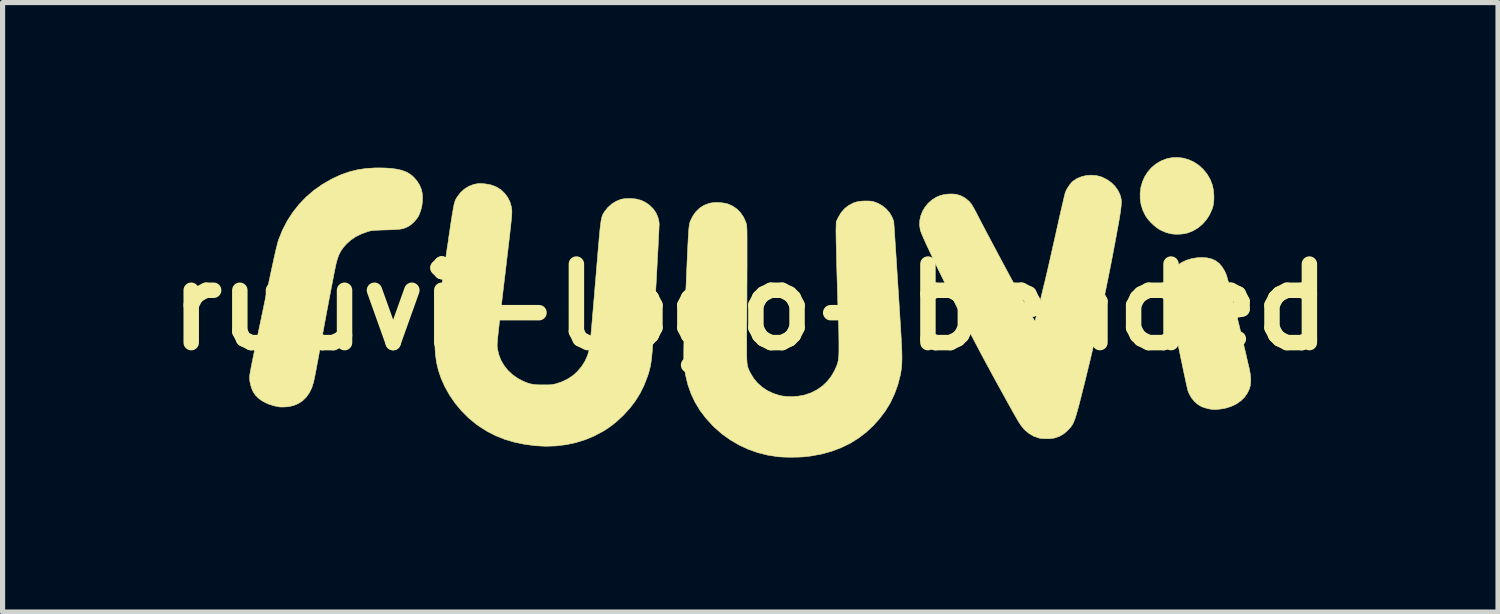
<source format=kicad_pcb>
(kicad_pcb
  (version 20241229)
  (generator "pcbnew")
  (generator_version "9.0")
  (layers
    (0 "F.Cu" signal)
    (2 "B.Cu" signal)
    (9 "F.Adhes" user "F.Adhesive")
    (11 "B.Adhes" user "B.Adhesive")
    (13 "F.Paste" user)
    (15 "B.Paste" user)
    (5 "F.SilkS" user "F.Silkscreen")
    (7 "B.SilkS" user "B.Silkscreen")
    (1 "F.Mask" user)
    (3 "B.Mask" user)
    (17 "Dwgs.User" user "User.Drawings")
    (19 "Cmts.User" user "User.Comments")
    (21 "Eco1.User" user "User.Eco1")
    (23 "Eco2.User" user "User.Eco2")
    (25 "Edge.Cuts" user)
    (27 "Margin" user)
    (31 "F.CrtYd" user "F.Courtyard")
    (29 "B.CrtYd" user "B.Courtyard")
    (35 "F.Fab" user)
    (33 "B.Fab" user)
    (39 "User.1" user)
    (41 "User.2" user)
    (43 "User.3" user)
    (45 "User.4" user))
  (footprint "ruuvi-logo-bended"
    (layer "F.Cu")
    (at 11.51 2.909)
    (property "Reference" "ruuvi-logo-bended" (at 0 0 0) (layer "F.SilkS") (effects (font (size 1.524 1.524) (thickness 0.3))))
    (attr through_hole)
    (fp_poly (pts (xy 8.402 -2.891) (xy 8.507 -2.861) (xy 8.607 -2.815) (xy 8.701 -2.753) (xy 8.786 -2.676) (xy 8.861 -2.584) (xy 8.871 -2.569) (xy 8.926 -2.473) (xy 8.965 -2.374) (xy 8.988 -2.268) (xy 8.997 -2.153) (xy 8.996 -2.1) (xy 8.993 -2.043) (xy 8.988 -1.999) (xy 8.979 -1.959) (xy 8.967 -1.917) (xy 8.962 -1.903) (xy 8.915 -1.796) (xy 8.854 -1.7) (xy 8.779 -1.614) (xy 8.693 -1.541) (xy 8.598 -1.483) (xy 8.495 -1.441) (xy 8.468 -1.434) (xy 8.408 -1.422) (xy 8.339 -1.415) (xy 8.268 -1.413) (xy 8.203 -1.417) (xy 8.162 -1.423) (xy 8.101 -1.438) (xy 8.046 -1.456) (xy 7.99 -1.481) (xy 7.945 -1.503) (xy 7.891 -1.538) (xy 7.833 -1.585) (xy 7.775 -1.64) (xy 7.722 -1.698) (xy 7.68 -1.756) (xy 7.669 -1.773) (xy 7.617 -1.879) (xy 7.583 -1.989) (xy 7.566 -2.101) (xy 7.565 -2.212) (xy 7.579 -2.322) (xy 7.609 -2.428) (xy 7.653 -2.528) (xy 7.712 -2.621) (xy 7.784 -2.704) (xy 7.869 -2.776) (xy 7.967 -2.834) (xy 7.973 -2.837) (xy 8.078 -2.878) (xy 8.186 -2.9) (xy 8.295 -2.904) (xy 8.402 -2.891)) (stroke (width 0.01) (type solid)) (fill yes) (layer "F.SilkS"))
    (fp_poly (pts (xy 8.864 -0.955) (xy 8.953 -0.934) (xy 9.031 -0.899) (xy 9.098 -0.848) (xy 9.156 -0.78) (xy 9.207 -0.695) (xy 9.232 -0.639) (xy 9.243 -0.609) (xy 9.257 -0.561) (xy 9.276 -0.494) (xy 9.298 -0.409) (xy 9.324 -0.308) (xy 9.354 -0.189) (xy 9.387 -0.054) (xy 9.424 0.098) (xy 9.464 0.265) (xy 9.508 0.447) (xy 9.554 0.644) (xy 9.604 0.856) (xy 9.656 1.081) (xy 9.684 1.2) (xy 9.705 1.316) (xy 9.712 1.42) (xy 9.705 1.512) (xy 9.689 1.577) (xy 9.648 1.667) (xy 9.591 1.749) (xy 9.518 1.82) (xy 9.432 1.88) (xy 9.333 1.927) (xy 9.238 1.958) (xy 9.174 1.971) (xy 9.106 1.981) (xy 9.041 1.987) (xy 8.984 1.988) (xy 8.959 1.985) (xy 8.893 1.974) (xy 8.826 1.956) (xy 8.767 1.936) (xy 8.749 1.928) (xy 8.681 1.886) (xy 8.617 1.829) (xy 8.561 1.76) (xy 8.517 1.683) (xy 8.494 1.628) (xy 8.488 1.606) (xy 8.479 1.567) (xy 8.466 1.512) (xy 8.451 1.444) (xy 8.434 1.362) (xy 8.414 1.271) (xy 8.393 1.17) (xy 8.37 1.061) (xy 8.346 0.947) (xy 8.322 0.829) (xy 8.297 0.709) (xy 8.272 0.587) (xy 8.248 0.467) (xy 8.224 0.35) (xy 8.201 0.236) (xy 8.18 0.129) (xy 8.16 0.029) (xy 8.142 -0.062) (xy 8.127 -0.141) (xy 8.115 -0.208) (xy 8.105 -0.261) (xy 8.099 -0.297) (xy 8.099 -0.299) (xy 8.092 -0.353) (xy 8.088 -0.395) (xy 8.088 -0.43) (xy 8.092 -0.465) (xy 8.094 -0.479) (xy 8.119 -0.576) (xy 8.161 -0.664) (xy 8.218 -0.742) (xy 8.288 -0.81) (xy 8.372 -0.867) (xy 8.467 -0.911) (xy 8.573 -0.942) (xy 8.687 -0.959) (xy 8.762 -0.962) (xy 8.864 -0.955)) (stroke (width 0.01) (type solid)) (fill yes) (layer "F.SilkS"))
    (fp_poly (pts (xy -7.087 -2.699) (xy -6.969 -2.691) (xy -6.866 -2.677) (xy -6.776 -2.657) (xy -6.698 -2.631) (xy -6.63 -2.597) (xy -6.57 -2.555) (xy -6.529 -2.518) (xy -6.467 -2.446) (xy -6.419 -2.369) (xy -6.383 -2.283) (xy -6.368 -2.219) (xy -6.361 -2.142) (xy -6.362 -2.06) (xy -6.371 -1.978) (xy -6.388 -1.901) (xy -6.389 -1.9) (xy -6.403 -1.854) (xy -6.42 -1.809) (xy -6.436 -1.773) (xy -6.44 -1.764) (xy -6.473 -1.714) (xy -6.517 -1.662) (xy -6.566 -1.615) (xy -6.615 -1.578) (xy -6.634 -1.567) (xy -6.668 -1.55) (xy -6.699 -1.536) (xy -6.732 -1.525) (xy -6.768 -1.517) (xy -6.811 -1.51) (xy -6.863 -1.506) (xy -6.927 -1.502) (xy -7.005 -1.499) (xy -7.074 -1.497) (xy -7.154 -1.495) (xy -7.218 -1.492) (xy -7.269 -1.49) (xy -7.308 -1.487) (xy -7.34 -1.484) (xy -7.366 -1.48) (xy -7.39 -1.474) (xy -7.416 -1.467) (xy -7.424 -1.465) (xy -7.547 -1.42) (xy -7.656 -1.367) (xy -7.751 -1.302) (xy -7.832 -1.23) (xy -7.894 -1.161) (xy -7.944 -1.09) (xy -7.984 -1.013) (xy -8.015 -0.927) (xy -8.042 -0.826) (xy -8.045 -0.811) (xy -8.055 -0.761) (xy -8.069 -0.694) (xy -8.085 -0.613) (xy -8.103 -0.518) (xy -8.123 -0.413) (xy -8.145 -0.3) (xy -8.168 -0.181) (xy -8.191 -0.057) (xy -8.215 0.068) (xy -8.238 0.193) (xy -8.261 0.315) (xy -8.282 0.433) (xy -8.303 0.544) (xy -8.321 0.646) (xy -8.327 0.675) (xy -8.353 0.821) (xy -8.376 0.948) (xy -8.397 1.06) (xy -8.415 1.156) (xy -8.43 1.239) (xy -8.444 1.309) (xy -8.456 1.369) (xy -8.467 1.419) (xy -8.474 1.453) (xy -8.508 1.564) (xy -8.556 1.662) (xy -8.616 1.747) (xy -8.687 1.817) (xy -8.77 1.872) (xy -8.864 1.911) (xy -8.967 1.933) (xy -9.027 1.938) (xy -9.069 1.939) (xy -9.107 1.939) (xy -9.134 1.938) (xy -9.139 1.937) (xy -9.253 1.914) (xy -9.358 1.879) (xy -9.451 1.834) (xy -9.531 1.78) (xy -9.597 1.717) (xy -9.646 1.646) (xy -9.647 1.644) (xy -9.674 1.583) (xy -9.696 1.513) (xy -9.711 1.443) (xy -9.717 1.381) (xy -9.717 1.378) (xy -9.717 1.366) (xy -9.716 1.353) (xy -9.715 1.338) (xy -9.713 1.32) (xy -9.71 1.298) (xy -9.705 1.271) (xy -9.699 1.238) (xy -9.692 1.197) (xy -9.682 1.148) (xy -9.671 1.089) (xy -9.657 1.019) (xy -9.64 0.938) (xy -9.621 0.844) (xy -9.598 0.736) (xy -9.573 0.613) (xy -9.544 0.474) (xy -9.511 0.317) (xy -9.487 0.204) (xy -9.445 0.003) (xy -9.407 -0.181) (xy -9.372 -0.347) (xy -9.34 -0.496) (xy -9.312 -0.63) (xy -9.286 -0.749) (xy -9.263 -0.855) (xy -9.243 -0.947) (xy -9.225 -1.027) (xy -9.209 -1.096) (xy -9.195 -1.154) (xy -9.183 -1.202) (xy -9.173 -1.242) (xy -9.164 -1.274) (xy -9.156 -1.299) (xy -9.154 -1.306) (xy -9.078 -1.494) (xy -8.986 -1.672) (xy -8.878 -1.839) (xy -8.755 -1.994) (xy -8.618 -2.137) (xy -8.467 -2.266) (xy -8.303 -2.382) (xy -8.126 -2.483) (xy -8.1 -2.497) (xy -7.94 -2.569) (xy -7.783 -2.624) (xy -7.625 -2.664) (xy -7.461 -2.689) (xy -7.289 -2.7) (xy -7.223 -2.701) (xy -7.087 -2.699)) (stroke (width 0.01) (type solid)) (fill yes) (layer "F.SilkS"))
    (fp_poly (pts (xy 6.717 -2.552) (xy 6.808 -2.528) (xy 6.824 -2.522) (xy 6.92 -2.475) (xy 7.004 -2.416) (xy 7.075 -2.347) (xy 7.13 -2.27) (xy 7.145 -2.243) (xy 7.16 -2.212) (xy 7.173 -2.182) (xy 7.183 -2.154) (xy 7.191 -2.124) (xy 7.197 -2.092) (xy 7.2 -2.057) (xy 7.2 -2.016) (xy 7.197 -1.968) (xy 7.191 -1.911) (xy 7.182 -1.845) (xy 7.17 -1.767) (xy 7.155 -1.677) (xy 7.136 -1.572) (xy 7.114 -1.45) (xy 7.089 -1.312) (xy 7.088 -1.307) (xy 7.001 -0.85) (xy 6.908 -0.386) (xy 6.809 0.082) (xy 6.706 0.547) (xy 6.6 1.006) (xy 6.491 1.454) (xy 6.407 1.788) (xy 6.379 1.897) (xy 6.354 1.989) (xy 6.332 2.066) (xy 6.313 2.131) (xy 6.295 2.184) (xy 6.277 2.228) (xy 6.26 2.265) (xy 6.241 2.297) (xy 6.22 2.326) (xy 6.196 2.354) (xy 6.169 2.383) (xy 6.156 2.396) (xy 6.082 2.46) (xy 6.001 2.507) (xy 5.91 2.539) (xy 5.903 2.541) (xy 5.854 2.549) (xy 5.793 2.554) (xy 5.728 2.554) (xy 5.665 2.551) (xy 5.611 2.544) (xy 5.597 2.54) (xy 5.497 2.505) (xy 5.407 2.452) (xy 5.325 2.383) (xy 5.253 2.297) (xy 5.211 2.233) (xy 5.177 2.175) (xy 5.135 2.102) (xy 5.086 2.016) (xy 5.032 1.918) (xy 4.972 1.811) (xy 4.909 1.696) (xy 4.843 1.577) (xy 4.775 1.454) (xy 4.707 1.329) (xy 4.64 1.205) (xy 4.574 1.084) (xy 4.511 0.967) (xy 4.472 0.894) (xy 4.403 0.763) (xy 4.331 0.625) (xy 4.257 0.484) (xy 4.182 0.338) (xy 4.107 0.191) (xy 4.032 0.042) (xy 3.957 -0.106) (xy 3.883 -0.253) (xy 3.811 -0.397) (xy 3.742 -0.538) (xy 3.675 -0.674) (xy 3.612 -0.804) (xy 3.553 -0.926) (xy 3.499 -1.041) (xy 3.45 -1.145) (xy 3.406 -1.239) (xy 3.369 -1.321) (xy 3.339 -1.39) (xy 3.317 -1.444) (xy 3.303 -1.483) (xy 3.299 -1.495) (xy 3.285 -1.588) (xy 3.288 -1.681) (xy 3.309 -1.774) (xy 3.344 -1.862) (xy 3.394 -1.945) (xy 3.456 -2.019) (xy 3.531 -2.083) (xy 3.615 -2.135) (xy 3.682 -2.163) (xy 3.75 -2.181) (xy 3.828 -2.192) (xy 3.907 -2.195) (xy 3.98 -2.19) (xy 3.999 -2.187) (xy 4.083 -2.162) (xy 4.163 -2.12) (xy 4.235 -2.061) (xy 4.241 -2.056) (xy 4.26 -2.035) (xy 4.278 -2.014) (xy 4.297 -1.989) (xy 4.316 -1.957) (xy 4.339 -1.917) (xy 4.367 -1.865) (xy 4.402 -1.8) (xy 4.415 -1.773) (xy 4.472 -1.664) (xy 4.532 -1.549) (xy 4.595 -1.429) (xy 4.661 -1.305) (xy 4.728 -1.179) (xy 4.796 -1.051) (xy 4.864 -0.922) (xy 4.933 -0.795) (xy 5 -0.67) (xy 5.066 -0.547) (xy 5.13 -0.429) (xy 5.192 -0.317) (xy 5.25 -0.21) (xy 5.304 -0.112) (xy 5.354 -0.022) (xy 5.399 0.058) (xy 5.437 0.127) (xy 5.47 0.184) (xy 5.495 0.227) (xy 5.513 0.256) (xy 5.523 0.269) (xy 5.525 0.27) (xy 5.528 0.26) (xy 5.535 0.233) (xy 5.546 0.191) (xy 5.56 0.137) (xy 5.576 0.072) (xy 5.595 -0.002) (xy 5.615 -0.082) (xy 5.636 -0.166) (xy 5.657 -0.253) (xy 5.678 -0.34) (xy 5.699 -0.425) (xy 5.719 -0.506) (xy 5.737 -0.581) (xy 5.748 -0.627) (xy 5.761 -0.686) (xy 5.779 -0.761) (xy 5.799 -0.85) (xy 5.822 -0.95) (xy 5.846 -1.059) (xy 5.872 -1.174) (xy 5.899 -1.292) (xy 5.926 -1.411) (xy 5.952 -1.529) (xy 5.952 -1.53) (xy 5.977 -1.64) (xy 6 -1.745) (xy 6.023 -1.845) (xy 6.044 -1.936) (xy 6.063 -2.018) (xy 6.08 -2.089) (xy 6.093 -2.147) (xy 6.104 -2.19) (xy 6.111 -2.217) (xy 6.113 -2.222) (xy 6.134 -2.272) (xy 6.166 -2.327) (xy 6.203 -2.379) (xy 6.241 -2.424) (xy 6.264 -2.445) (xy 6.341 -2.495) (xy 6.429 -2.531) (xy 6.523 -2.553) (xy 6.62 -2.56) (xy 6.717 -2.552)) (stroke (width 0.01) (type solid)) (fill yes) (layer "F.SilkS"))
    (fp_poly (pts (xy 2.352 -2.054) (xy 2.388 -2.047) (xy 2.478 -2.014) (xy 2.562 -1.966) (xy 2.637 -1.905) (xy 2.7 -1.833) (xy 2.745 -1.758) (xy 2.762 -1.72) (xy 2.775 -1.685) (xy 2.783 -1.66) (xy 2.784 -1.657) (xy 2.785 -1.644) (xy 2.787 -1.613) (xy 2.791 -1.566) (xy 2.795 -1.503) (xy 2.8 -1.427) (xy 2.806 -1.339) (xy 2.812 -1.239) (xy 2.819 -1.131) (xy 2.827 -1.014) (xy 2.835 -0.891) (xy 2.843 -0.763) (xy 2.851 -0.632) (xy 2.86 -0.498) (xy 2.868 -0.363) (xy 2.877 -0.23) (xy 2.885 -0.098) (xy 2.893 0.03) (xy 2.901 0.153) (xy 2.908 0.27) (xy 2.915 0.379) (xy 2.921 0.478) (xy 2.926 0.567) (xy 2.931 0.643) (xy 2.934 0.706) (xy 2.935 0.729) (xy 2.941 0.862) (xy 2.943 0.979) (xy 2.941 1.083) (xy 2.934 1.177) (xy 2.922 1.262) (xy 2.911 1.321) (xy 2.862 1.511) (xy 2.797 1.688) (xy 2.718 1.856) (xy 2.622 2.014) (xy 2.508 2.165) (xy 2.392 2.295) (xy 2.251 2.427) (xy 2.098 2.544) (xy 1.935 2.645) (xy 1.759 2.73) (xy 1.573 2.8) (xy 1.376 2.854) (xy 1.169 2.891) (xy 1.055 2.905) (xy 0.99 2.909) (xy 0.912 2.912) (xy 0.826 2.913) (xy 0.738 2.913) (xy 0.654 2.911) (xy 0.579 2.907) (xy 0.539 2.904) (xy 0.342 2.874) (xy 0.15 2.826) (xy -0.037 2.761) (xy -0.216 2.678) (xy -0.387 2.578) (xy -0.548 2.463) (xy -0.697 2.333) (xy -0.73 2.3) (xy -0.862 2.155) (xy -0.977 2.003) (xy -1.073 1.844) (xy -1.151 1.677) (xy -1.213 1.501) (xy -1.257 1.316) (xy -1.278 1.185) (xy -1.282 1.151) (xy -1.285 1.113) (xy -1.288 1.07) (xy -1.29 1.02) (xy -1.291 0.964) (xy -1.291 0.9) (xy -1.29 0.826) (xy -1.289 0.743) (xy -1.287 0.649) (xy -1.284 0.542) (xy -1.28 0.423) (xy -1.275 0.289) (xy -1.27 0.141) (xy -1.263 -0.024) (xy -1.256 -0.206) (xy -1.247 -0.406) (xy -1.244 -0.471) (xy -1.237 -0.643) (xy -1.23 -0.796) (xy -1.224 -0.932) (xy -1.219 -1.053) (xy -1.214 -1.158) (xy -1.209 -1.249) (xy -1.205 -1.328) (xy -1.201 -1.395) (xy -1.197 -1.452) (xy -1.194 -1.5) (xy -1.19 -1.539) (xy -1.186 -1.572) (xy -1.182 -1.598) (xy -1.178 -1.62) (xy -1.174 -1.638) (xy -1.169 -1.654) (xy -1.164 -1.668) (xy -1.162 -1.673) (xy -1.113 -1.771) (xy -1.053 -1.854) (xy -0.981 -1.922) (xy -0.898 -1.975) (xy -0.805 -2.011) (xy -0.781 -2.017) (xy -0.718 -2.027) (xy -0.645 -2.03) (xy -0.569 -2.026) (xy -0.496 -2.016) (xy -0.437 -2.002) (xy -0.343 -1.96) (xy -0.26 -1.903) (xy -0.189 -1.831) (xy -0.131 -1.746) (xy -0.087 -1.648) (xy -0.085 -1.643) (xy -0.081 -1.629) (xy -0.077 -1.616) (xy -0.073 -1.602) (xy -0.071 -1.584) (xy -0.068 -1.563) (xy -0.067 -1.535) (xy -0.065 -1.5) (xy -0.064 -1.455) (xy -0.064 -1.399) (xy -0.063 -1.33) (xy -0.063 -1.247) (xy -0.063 -1.149) (xy -0.063 -1.032) (xy -0.063 -1.02) (xy -0.063 -0.914) (xy -0.063 -0.791) (xy -0.064 -0.655) (xy -0.064 -0.51) (xy -0.065 -0.359) (xy -0.065 -0.204) (xy -0.066 -0.05) (xy -0.067 0.1) (xy -0.067 0.244) (xy -0.068 0.306) (xy -0.069 0.451) (xy -0.07 0.578) (xy -0.07 0.688) (xy -0.07 0.784) (xy -0.07 0.865) (xy -0.069 0.934) (xy -0.068 0.992) (xy -0.066 1.041) (xy -0.063 1.081) (xy -0.059 1.115) (xy -0.054 1.144) (xy -0.047 1.168) (xy -0.04 1.191) (xy -0.031 1.212) (xy -0.021 1.234) (xy -0.009 1.257) (xy 0.001 1.278) (xy 0.062 1.38) (xy 0.139 1.473) (xy 0.23 1.554) (xy 0.332 1.622) (xy 0.445 1.675) (xy 0.565 1.714) (xy 0.624 1.726) (xy 0.721 1.736) (xy 0.828 1.737) (xy 0.936 1.728) (xy 1.038 1.71) (xy 1.054 1.706) (xy 1.179 1.664) (xy 1.295 1.605) (xy 1.4 1.532) (xy 1.493 1.443) (xy 1.573 1.341) (xy 1.632 1.239) (xy 1.658 1.184) (xy 1.679 1.135) (xy 1.695 1.088) (xy 1.706 1.04) (xy 1.713 0.988) (xy 1.718 0.927) (xy 1.72 0.854) (xy 1.72 0.765) (xy 1.72 0.763) (xy 1.72 0.688) (xy 1.719 0.61) (xy 1.718 0.535) (xy 1.717 0.467) (xy 1.715 0.411) (xy 1.715 0.403) (xy 1.711 0.306) (xy 1.707 0.2) (xy 1.704 0.084) (xy 1.7 -0.038) (xy 1.696 -0.165) (xy 1.692 -0.295) (xy 1.688 -0.427) (xy 1.684 -0.558) (xy 1.68 -0.688) (xy 1.677 -0.814) (xy 1.674 -0.935) (xy 1.671 -1.049) (xy 1.669 -1.154) (xy 1.666 -1.248) (xy 1.665 -1.33) (xy 1.664 -1.399) (xy 1.663 -1.451) (xy 1.663 -1.487) (xy 1.663 -1.492) (xy 1.667 -1.657) (xy 1.707 -1.739) (xy 1.762 -1.832) (xy 1.829 -1.91) (xy 1.908 -1.972) (xy 2 -2.02) (xy 2.018 -2.027) (xy 2.073 -2.043) (xy 2.141 -2.054) (xy 2.214 -2.059) (xy 2.287 -2.059) (xy 2.352 -2.054)) (stroke (width 0.01) (type solid)) (fill yes) (layer "F.SilkS"))
    (fp_poly (pts (xy -5.173 -2.394) (xy -5.105 -2.385) (xy -5.04 -2.372) (xy -5.001 -2.361) (xy -4.913 -2.324) (xy -4.833 -2.271) (xy -4.764 -2.204) (xy -4.707 -2.127) (xy -4.664 -2.04) (xy -4.637 -1.947) (xy -4.628 -1.885) (xy -4.627 -1.866) (xy -4.627 -1.845) (xy -4.628 -1.819) (xy -4.629 -1.788) (xy -4.632 -1.751) (xy -4.636 -1.705) (xy -4.642 -1.65) (xy -4.649 -1.584) (xy -4.657 -1.505) (xy -4.668 -1.413) (xy -4.68 -1.306) (xy -4.695 -1.182) (xy -4.711 -1.041) (xy -4.713 -1.03) (xy -4.738 -0.815) (xy -4.761 -0.619) (xy -4.783 -0.44) (xy -4.802 -0.278) (xy -4.819 -0.131) (xy -4.835 0.000134) (xy -4.848 0.117) (xy -4.86 0.222) (xy -4.871 0.313) (xy -4.88 0.394) (xy -4.888 0.463) (xy -4.894 0.523) (xy -4.9 0.575) (xy -4.904 0.618) (xy -4.907 0.654) (xy -4.91 0.684) (xy -4.911 0.708) (xy -4.912 0.728) (xy -4.912 0.744) (xy -4.912 0.758) (xy -4.911 0.769) (xy -4.91 0.78) (xy -4.909 0.79) (xy -4.908 0.8) (xy -4.883 0.916) (xy -4.841 1.027) (xy -4.782 1.13) (xy -4.707 1.225) (xy -4.618 1.309) (xy -4.515 1.382) (xy -4.436 1.425) (xy -4.371 1.454) (xy -4.314 1.476) (xy -4.258 1.492) (xy -4.199 1.502) (xy -4.132 1.508) (xy -4.053 1.51) (xy -4.023 1.51) (xy -3.957 1.51) (xy -3.907 1.509) (xy -3.867 1.506) (xy -3.833 1.502) (xy -3.802 1.496) (xy -3.77 1.488) (xy -3.649 1.447) (xy -3.537 1.392) (xy -3.436 1.324) (xy -3.352 1.247) (xy -3.271 1.15) (xy -3.205 1.045) (xy -3.156 0.934) (xy -3.124 0.821) (xy -3.12 0.796) (xy -3.116 0.768) (xy -3.111 0.725) (xy -3.105 0.665) (xy -3.098 0.589) (xy -3.089 0.496) (xy -3.079 0.386) (xy -3.068 0.259) (xy -3.056 0.114) (xy -3.042 -0.049) (xy -3.026 -0.23) (xy -3.01 -0.43) (xy -2.991 -0.649) (xy -2.988 -0.69) (xy -2.974 -0.855) (xy -2.962 -1.002) (xy -2.951 -1.132) (xy -2.941 -1.246) (xy -2.932 -1.346) (xy -2.924 -1.432) (xy -2.917 -1.506) (xy -2.91 -1.569) (xy -2.903 -1.622) (xy -2.897 -1.666) (xy -2.89 -1.703) (xy -2.883 -1.734) (xy -2.876 -1.759) (xy -2.868 -1.78) (xy -2.86 -1.799) (xy -2.851 -1.816) (xy -2.841 -1.833) (xy -2.829 -1.85) (xy -2.828 -1.853) (xy -2.764 -1.933) (xy -2.688 -2.001) (xy -2.602 -2.054) (xy -2.509 -2.091) (xy -2.497 -2.094) (xy -2.444 -2.103) (xy -2.379 -2.107) (xy -2.308 -2.106) (xy -2.236 -2.1) (xy -2.204 -2.095) (xy -2.113 -2.07) (xy -2.029 -2.029) (xy -1.954 -1.975) (xy -1.888 -1.911) (xy -1.835 -1.837) (xy -1.797 -1.756) (xy -1.774 -1.671) (xy -1.768 -1.605) (xy -1.769 -1.587) (xy -1.771 -1.551) (xy -1.773 -1.498) (xy -1.776 -1.431) (xy -1.78 -1.35) (xy -1.785 -1.257) (xy -1.79 -1.154) (xy -1.796 -1.042) (xy -1.803 -0.923) (xy -1.809 -0.797) (xy -1.816 -0.668) (xy -1.823 -0.535) (xy -1.831 -0.401) (xy -1.838 -0.267) (xy -1.845 -0.135) (xy -1.852 -0.006) (xy -1.859 0.118) (xy -1.866 0.237) (xy -1.872 0.347) (xy -1.878 0.449) (xy -1.883 0.54) (xy -1.888 0.618) (xy -1.892 0.684) (xy -1.895 0.733) (xy -1.895 0.738) (xy -1.902 0.844) (xy -1.91 0.934) (xy -1.918 1.011) (xy -1.927 1.077) (xy -1.937 1.137) (xy -1.95 1.194) (xy -1.965 1.251) (xy -1.983 1.31) (xy -1.998 1.353) (xy -2.063 1.521) (xy -2.14 1.676) (xy -2.231 1.822) (xy -2.336 1.96) (xy -2.459 2.095) (xy -2.494 2.128) (xy -2.584 2.212) (xy -2.671 2.284) (xy -2.761 2.349) (xy -2.857 2.41) (xy -3.022 2.498) (xy -3.197 2.571) (xy -3.381 2.629) (xy -3.571 2.67) (xy -3.767 2.694) (xy -3.965 2.701) (xy -4.165 2.691) (xy -4.168 2.691) (xy -4.379 2.663) (xy -4.577 2.622) (xy -4.764 2.567) (xy -4.939 2.497) (xy -5.106 2.412) (xy -5.265 2.311) (xy -5.321 2.271) (xy -5.467 2.151) (xy -5.603 2.015) (xy -5.727 1.866) (xy -5.837 1.706) (xy -5.927 1.545) (xy -5.997 1.39) (xy -6.051 1.233) (xy -6.089 1.072) (xy -6.112 0.904) (xy -6.121 0.729) (xy -6.115 0.543) (xy -6.102 0.409) (xy -6.098 0.372) (xy -6.094 0.337) (xy -6.09 0.301) (xy -6.085 0.264) (xy -6.08 0.224) (xy -6.074 0.18) (xy -6.067 0.13) (xy -6.059 0.074) (xy -6.05 0.01) (xy -6.04 -0.063) (xy -6.028 -0.146) (xy -6.014 -0.242) (xy -5.998 -0.35) (xy -5.98 -0.472) (xy -5.96 -0.61) (xy -5.938 -0.765) (xy -5.913 -0.93) (xy -5.889 -1.099) (xy -5.866 -1.25) (xy -5.847 -1.383) (xy -5.829 -1.502) (xy -5.814 -1.605) (xy -5.8 -1.695) (xy -5.788 -1.772) (xy -5.777 -1.838) (xy -5.767 -1.894) (xy -5.759 -1.94) (xy -5.751 -1.979) (xy -5.743 -2.011) (xy -5.736 -2.037) (xy -5.729 -2.059) (xy -5.721 -2.077) (xy -5.714 -2.093) (xy -5.705 -2.108) (xy -5.696 -2.123) (xy -5.686 -2.139) (xy -5.683 -2.143) (xy -5.621 -2.224) (xy -5.547 -2.291) (xy -5.463 -2.343) (xy -5.371 -2.379) (xy -5.287 -2.396) (xy -5.236 -2.398) (xy -5.173 -2.394)) (stroke (width 0.01) (type solid)) (fill yes) (layer "F.SilkS")))
  (gr_rect
    (start -3 -3)
    (end 26.02 8.827)
    (stroke (width 0.1) (type default))
    (fill no)
    (layer "Edge.Cuts")))
</source>
